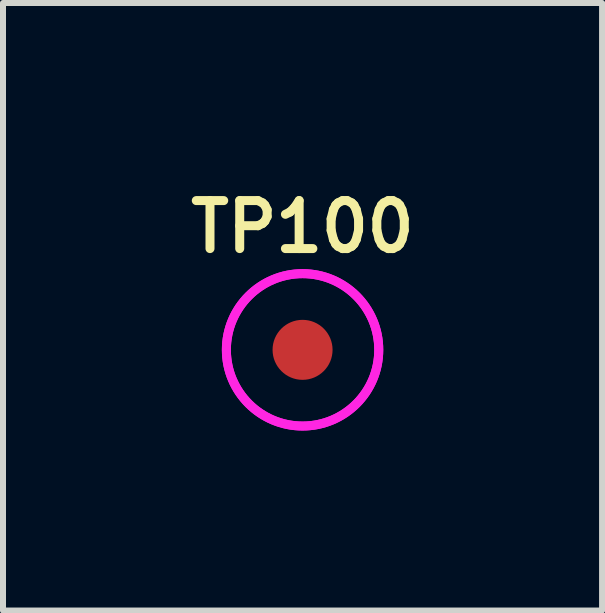
<source format=kicad_pcb>
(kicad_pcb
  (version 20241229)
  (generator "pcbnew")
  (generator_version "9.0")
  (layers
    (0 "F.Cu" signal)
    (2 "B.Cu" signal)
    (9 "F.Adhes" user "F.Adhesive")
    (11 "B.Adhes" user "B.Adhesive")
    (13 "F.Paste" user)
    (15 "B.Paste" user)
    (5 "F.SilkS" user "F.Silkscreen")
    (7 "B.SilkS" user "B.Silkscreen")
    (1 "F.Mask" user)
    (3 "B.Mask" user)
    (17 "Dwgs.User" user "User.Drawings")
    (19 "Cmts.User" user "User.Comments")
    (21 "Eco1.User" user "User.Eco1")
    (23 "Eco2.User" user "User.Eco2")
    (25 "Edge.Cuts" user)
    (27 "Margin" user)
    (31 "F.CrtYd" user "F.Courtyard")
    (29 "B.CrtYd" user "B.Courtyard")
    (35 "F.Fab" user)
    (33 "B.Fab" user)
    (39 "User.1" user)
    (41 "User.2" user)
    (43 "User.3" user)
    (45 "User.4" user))
  (footprint "TP100"
    (layer "F.Cu")
    (at 1.993 2.781)
    (property "Reference" "TP100" (at 0 -2.05 0) (layer "F.SilkS") (effects (font (size 0.8 0.8) (thickness 0.15))))
    (attr exclude_from_pos_files exclude_from_bom)
    (fp_circle (center 0 0) (end 1.27 0) (stroke (width 0.15) (type solid)) (fill no) (layer "F.CrtYd"))
    (fp_circle (center 0 0) (end 1.27 0) (stroke (width 0.15) (type solid)) (fill no) (layer "F.CrtYd"))
    (pad "1" smd circle (at 0 0) (size 1 1) (layers "F.Cu" "F.Mask")))
  (gr_rect
    (start -3 -3)
    (end 6.985 7.126)
    (stroke (width 0.1) (type default))
    (fill no)
    (layer "Edge.Cuts")))
</source>
